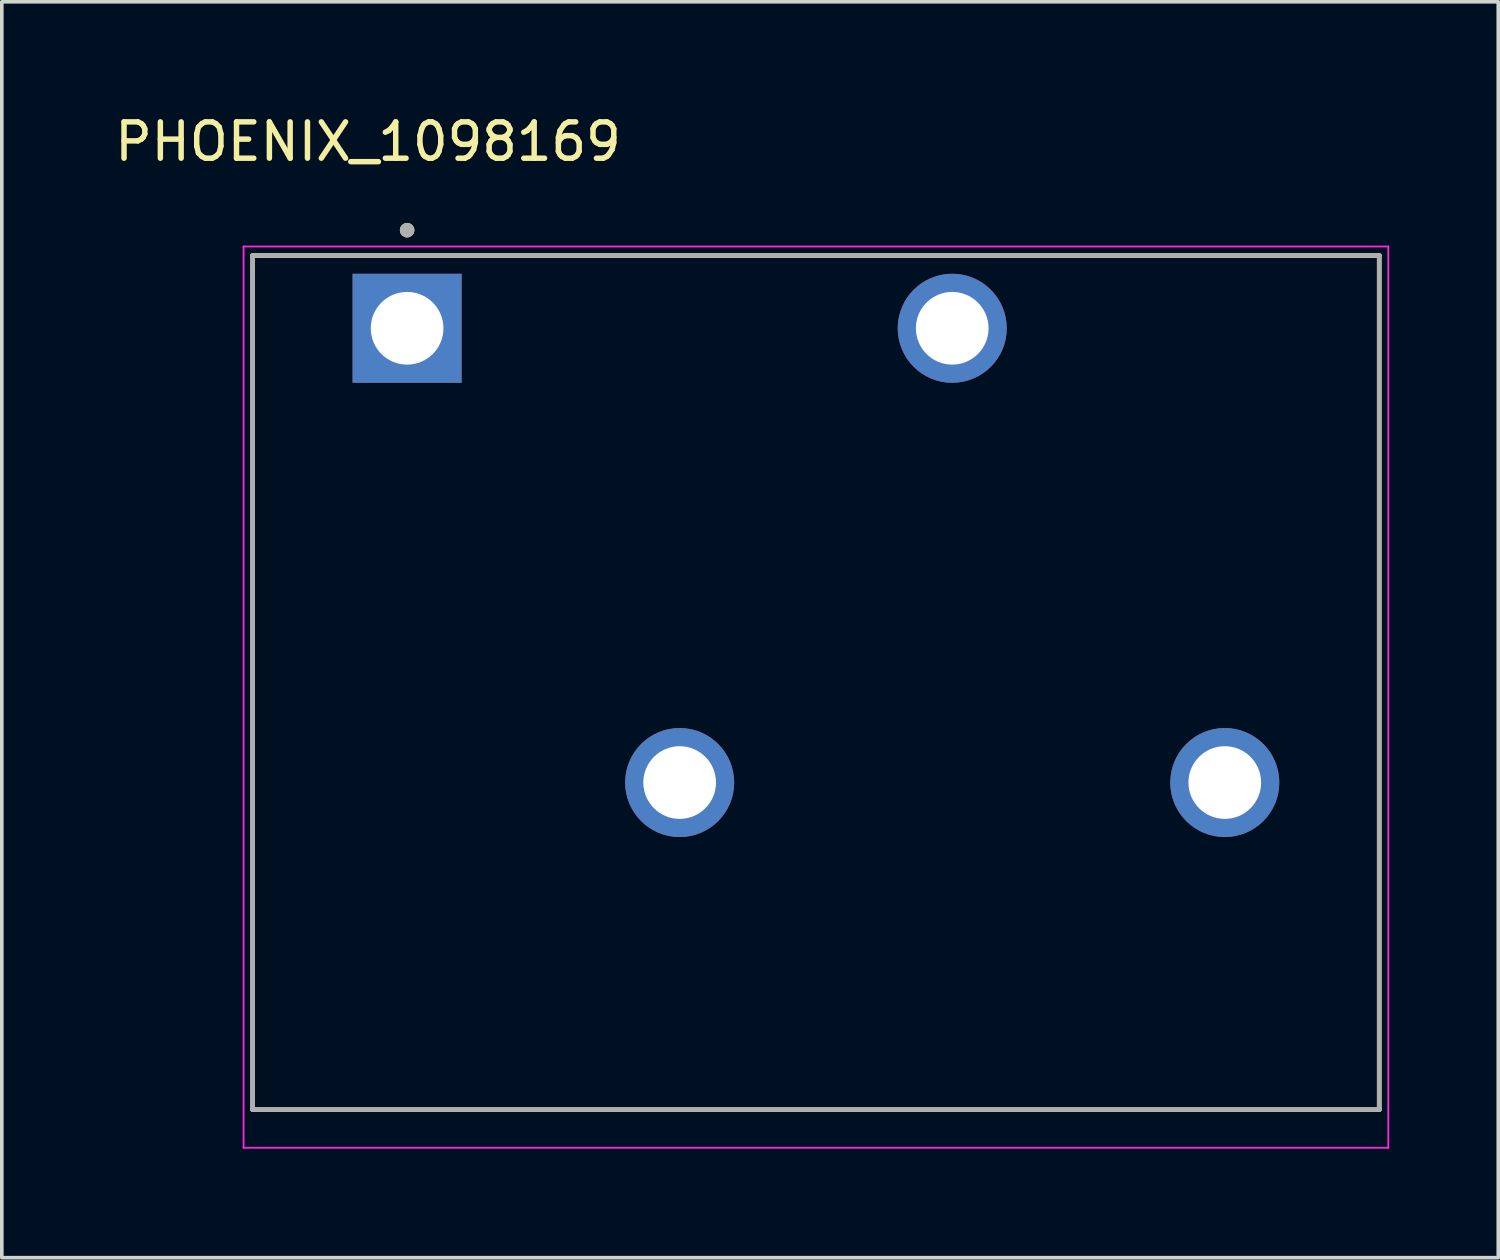
<source format=kicad_pcb>
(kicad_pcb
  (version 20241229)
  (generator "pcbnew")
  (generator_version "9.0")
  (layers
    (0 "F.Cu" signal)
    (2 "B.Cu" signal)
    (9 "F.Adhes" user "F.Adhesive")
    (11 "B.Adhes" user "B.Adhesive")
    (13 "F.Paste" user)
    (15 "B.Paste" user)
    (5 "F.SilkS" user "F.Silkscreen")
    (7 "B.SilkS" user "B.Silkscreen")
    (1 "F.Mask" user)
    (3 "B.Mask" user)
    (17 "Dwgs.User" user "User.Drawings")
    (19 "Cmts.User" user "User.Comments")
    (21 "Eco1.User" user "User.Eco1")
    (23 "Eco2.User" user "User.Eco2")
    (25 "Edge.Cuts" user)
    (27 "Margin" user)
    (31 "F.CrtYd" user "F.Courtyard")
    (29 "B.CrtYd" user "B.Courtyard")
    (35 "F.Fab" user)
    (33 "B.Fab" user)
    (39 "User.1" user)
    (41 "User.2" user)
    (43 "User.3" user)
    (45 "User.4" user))
  (footprint "PHOENIX_1098169"
    (layer "F.Cu")
    (at 3.902 27.483)
    (property "Reference" "PHOENIX_1098169" (at 3.175 -26.635 0) (layer "F.SilkS") (effects (font (size 1 1) (thickness 0.15))))
    (attr through_hole)
    (fp_line (start 0 -23.5) (end 0 0) (stroke (width 0.127) (type solid)) (layer "F.SilkS"))
    (fp_line (start 0 0) (end 31 0) (stroke (width 0.127) (type solid)) (layer "F.SilkS"))
    (fp_line (start 31 -23.5) (end 0 -23.5) (stroke (width 0.127) (type solid)) (layer "F.SilkS"))
    (fp_line (start 31 0) (end 31 -23.5) (stroke (width 0.127) (type solid)) (layer "F.SilkS"))
    (fp_circle (center 4.25 -24.2) (end 4.35 -24.2) (stroke (width 0.2) (type solid)) (fill no) (layer "F.SilkS"))
    (fp_line (start -0.25 -23.75) (end -0.25 1.05) (stroke (width 0.05) (type solid)) (layer "F.CrtYd"))
    (fp_line (start -0.25 1.05) (end 31.25 1.05) (stroke (width 0.05) (type solid)) (layer "F.CrtYd"))
    (fp_line (start 31.25 -23.75) (end -0.25 -23.75) (stroke (width 0.05) (type solid)) (layer "F.CrtYd"))
    (fp_line (start 31.25 1.05) (end 31.25 -23.75) (stroke (width 0.05) (type solid)) (layer "F.CrtYd"))
    (fp_line (start 0 -23.5) (end 0 0) (stroke (width 0.127) (type solid)) (layer "F.Fab"))
    (fp_line (start 0 0) (end 31 0) (stroke (width 0.127) (type solid)) (layer "F.Fab"))
    (fp_line (start 31 -23.5) (end 0 -23.5) (stroke (width 0.127) (type solid)) (layer "F.Fab"))
    (fp_line (start 31 0) (end 31 -23.5) (stroke (width 0.127) (type solid)) (layer "F.Fab"))
    (fp_circle (center 4.25 -24.2) (end 4.35 -24.2) (stroke (width 0.2) (type solid)) (fill no) (layer "F.Fab"))
    (pad "1" thru_hole rect (at 4.25 -21.5) (size 3 3) (drill 2) (layers "*.Cu" "*.Mask"))
    (pad "2" thru_hole circle (at 11.75 -9) (size 3 3) (drill 2) (layers "*.Cu" "*.Mask"))
    (pad "3" thru_hole circle (at 19.25 -21.5) (size 3 3) (drill 2) (layers "*.Cu" "*.Mask"))
    (pad "4" thru_hole circle (at 26.75 -9) (size 3 3) (drill 2) (layers "*.Cu" "*.Mask")))
  (gr_rect
    (start -3 -3)
    (end 38.177 31.558)
    (stroke (width 0.1) (type default))
    (fill no)
    (layer "Edge.Cuts")))
</source>
